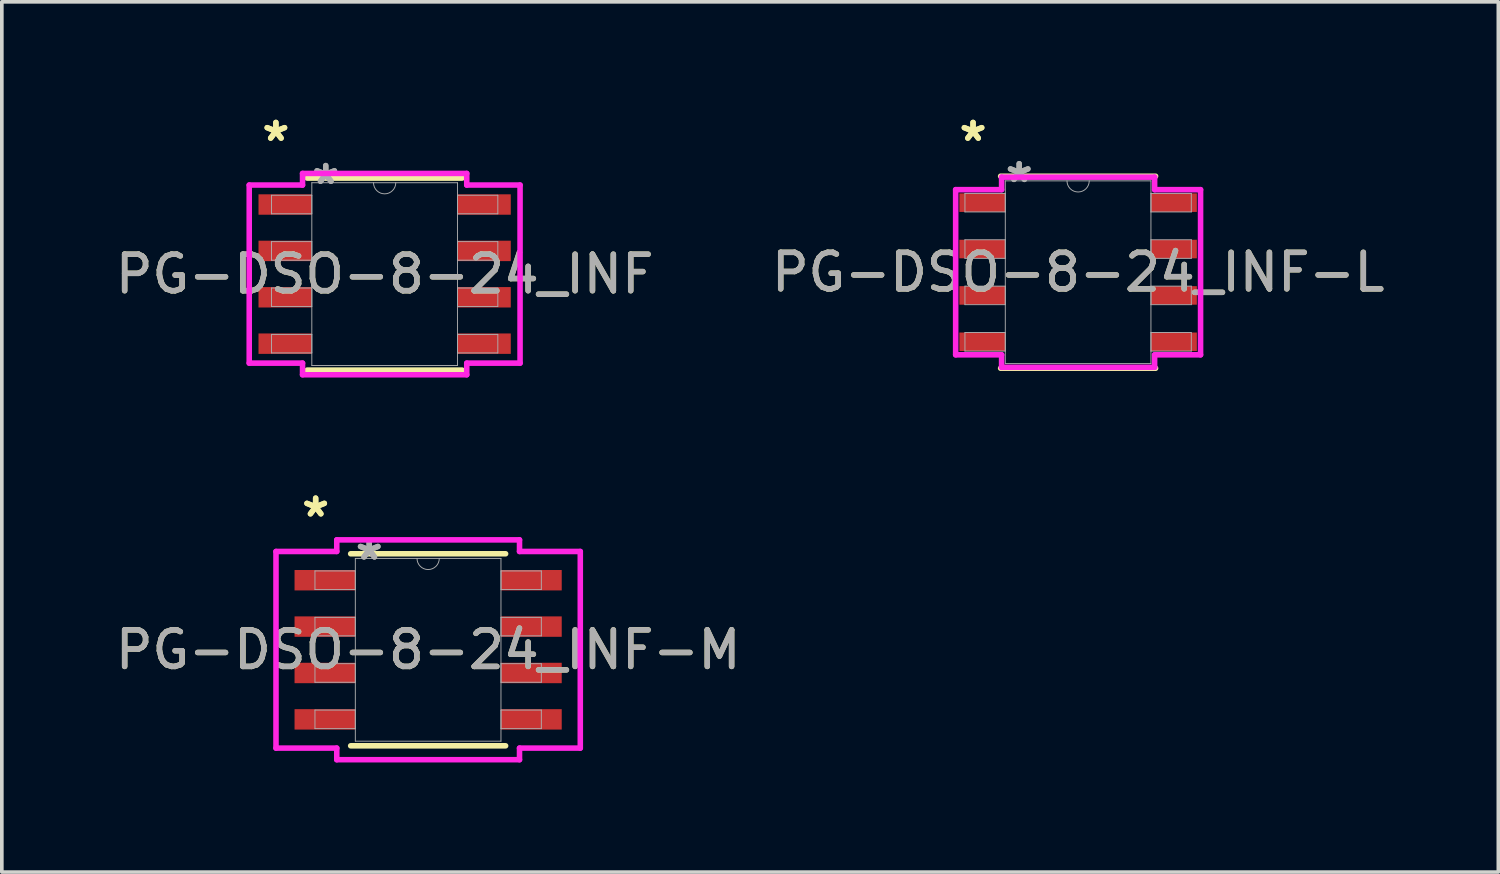
<source format=kicad_pcb>
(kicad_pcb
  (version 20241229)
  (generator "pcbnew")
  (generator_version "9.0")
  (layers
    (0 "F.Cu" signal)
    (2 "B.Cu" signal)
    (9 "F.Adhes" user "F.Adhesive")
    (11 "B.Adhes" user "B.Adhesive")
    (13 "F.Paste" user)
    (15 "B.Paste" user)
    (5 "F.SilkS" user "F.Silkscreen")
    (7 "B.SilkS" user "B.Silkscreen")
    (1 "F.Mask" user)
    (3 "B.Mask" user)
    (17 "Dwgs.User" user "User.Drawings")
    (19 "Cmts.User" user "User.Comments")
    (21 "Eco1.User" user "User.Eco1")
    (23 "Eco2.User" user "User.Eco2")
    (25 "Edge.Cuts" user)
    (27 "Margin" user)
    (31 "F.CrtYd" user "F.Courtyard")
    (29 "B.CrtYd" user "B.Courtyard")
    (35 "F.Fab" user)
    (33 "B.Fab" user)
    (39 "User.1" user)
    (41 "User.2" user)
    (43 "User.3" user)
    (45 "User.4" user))
  (footprint "PG-DSO-8-24_INF-L"
    (layer "F.Cu")
    (at 26.47 4.404)
    (property "Reference" "PG-DSO-8-24_INF-L" (at 0 0 0) (unlocked yes) (layer "F.SilkS") (effects (font (size 1 1) (thickness 0.15))))
    (attr smd)
    (fp_line (start -2.121 2.629) (end 2.121 2.629) (stroke (width 0.152) (type solid)) (layer "F.SilkS"))
    (fp_line (start 2.121 -2.629) (end -2.121 -2.629) (stroke (width 0.152) (type solid)) (layer "F.SilkS"))
    (fp_line (start -3.353 -2.261) (end -2.095 -2.261) (stroke (width 0.152) (type solid)) (layer "F.CrtYd"))
    (fp_line (start -3.353 2.261) (end -3.353 -2.261) (stroke (width 0.152) (type solid)) (layer "F.CrtYd"))
    (fp_line (start -3.353 2.261) (end -2.095 2.261) (stroke (width 0.152) (type solid)) (layer "F.CrtYd"))
    (fp_line (start -2.095 -2.603) (end 2.095 -2.603) (stroke (width 0.152) (type solid)) (layer "F.CrtYd"))
    (fp_line (start -2.095 -2.261) (end -2.095 -2.603) (stroke (width 0.152) (type solid)) (layer "F.CrtYd"))
    (fp_line (start -2.095 2.603) (end -2.095 2.261) (stroke (width 0.152) (type solid)) (layer "F.CrtYd"))
    (fp_line (start 2.095 -2.603) (end 2.095 -2.261) (stroke (width 0.152) (type solid)) (layer "F.CrtYd"))
    (fp_line (start 2.095 2.261) (end 2.095 2.603) (stroke (width 0.152) (type solid)) (layer "F.CrtYd"))
    (fp_line (start 2.095 2.603) (end -2.095 2.603) (stroke (width 0.152) (type solid)) (layer "F.CrtYd"))
    (fp_line (start 3.353 -2.261) (end 2.095 -2.261) (stroke (width 0.152) (type solid)) (layer "F.CrtYd"))
    (fp_line (start 3.353 -2.261) (end 3.353 2.261) (stroke (width 0.152) (type solid)) (layer "F.CrtYd"))
    (fp_line (start 3.353 2.261) (end 2.095 2.261) (stroke (width 0.152) (type solid)) (layer "F.CrtYd"))
    (fp_line (start -3.099 -2.159) (end -3.099 -1.651) (stroke (width 0.025) (type solid)) (layer "F.Fab"))
    (fp_line (start -3.099 -1.651) (end -1.994 -1.651) (stroke (width 0.025) (type solid)) (layer "F.Fab"))
    (fp_line (start -3.099 -0.889) (end -3.099 -0.381) (stroke (width 0.025) (type solid)) (layer "F.Fab"))
    (fp_line (start -3.099 -0.381) (end -1.994 -0.381) (stroke (width 0.025) (type solid)) (layer "F.Fab"))
    (fp_line (start -3.099 0.381) (end -3.099 0.889) (stroke (width 0.025) (type solid)) (layer "F.Fab"))
    (fp_line (start -3.099 0.889) (end -1.994 0.889) (stroke (width 0.025) (type solid)) (layer "F.Fab"))
    (fp_line (start -3.099 1.651) (end -3.099 2.159) (stroke (width 0.025) (type solid)) (layer "F.Fab"))
    (fp_line (start -3.099 2.159) (end -1.994 2.159) (stroke (width 0.025) (type solid)) (layer "F.Fab"))
    (fp_line (start -1.994 -2.502) (end -1.994 2.502) (stroke (width 0.025) (type solid)) (layer "F.Fab"))
    (fp_line (start -1.994 -2.159) (end -3.099 -2.159) (stroke (width 0.025) (type solid)) (layer "F.Fab"))
    (fp_line (start -1.994 -1.651) (end -1.994 -2.159) (stroke (width 0.025) (type solid)) (layer "F.Fab"))
    (fp_line (start -1.994 -0.889) (end -3.099 -0.889) (stroke (width 0.025) (type solid)) (layer "F.Fab"))
    (fp_line (start -1.994 -0.381) (end -1.994 -0.889) (stroke (width 0.025) (type solid)) (layer "F.Fab"))
    (fp_line (start -1.994 0.381) (end -3.099 0.381) (stroke (width 0.025) (type solid)) (layer "F.Fab"))
    (fp_line (start -1.994 0.889) (end -1.994 0.381) (stroke (width 0.025) (type solid)) (layer "F.Fab"))
    (fp_line (start -1.994 1.651) (end -3.099 1.651) (stroke (width 0.025) (type solid)) (layer "F.Fab"))
    (fp_line (start -1.994 2.159) (end -1.994 1.651) (stroke (width 0.025) (type solid)) (layer "F.Fab"))
    (fp_line (start -1.994 2.502) (end 1.994 2.502) (stroke (width 0.025) (type solid)) (layer "F.Fab"))
    (fp_line (start 1.994 -2.502) (end -1.994 -2.502) (stroke (width 0.025) (type solid)) (layer "F.Fab"))
    (fp_line (start 1.994 -2.159) (end 1.994 -1.651) (stroke (width 0.025) (type solid)) (layer "F.Fab"))
    (fp_line (start 1.994 -1.651) (end 3.099 -1.651) (stroke (width 0.025) (type solid)) (layer "F.Fab"))
    (fp_line (start 1.994 -0.889) (end 1.994 -0.381) (stroke (width 0.025) (type solid)) (layer "F.Fab"))
    (fp_line (start 1.994 -0.381) (end 3.099 -0.381) (stroke (width 0.025) (type solid)) (layer "F.Fab"))
    (fp_line (start 1.994 0.381) (end 1.994 0.889) (stroke (width 0.025) (type solid)) (layer "F.Fab"))
    (fp_line (start 1.994 0.889) (end 3.099 0.889) (stroke (width 0.025) (type solid)) (layer "F.Fab"))
    (fp_line (start 1.994 1.651) (end 1.994 2.159) (stroke (width 0.025) (type solid)) (layer "F.Fab"))
    (fp_line (start 1.994 2.159) (end 3.099 2.159) (stroke (width 0.025) (type solid)) (layer "F.Fab"))
    (fp_line (start 1.994 2.502) (end 1.994 -2.502) (stroke (width 0.025) (type solid)) (layer "F.Fab"))
    (fp_line (start 3.099 -2.159) (end 1.994 -2.159) (stroke (width 0.025) (type solid)) (layer "F.Fab"))
    (fp_line (start 3.099 -1.651) (end 3.099 -2.159) (stroke (width 0.025) (type solid)) (layer "F.Fab"))
    (fp_line (start 3.099 -0.889) (end 1.994 -0.889) (stroke (width 0.025) (type solid)) (layer "F.Fab"))
    (fp_line (start 3.099 -0.381) (end 3.099 -0.889) (stroke (width 0.025) (type solid)) (layer "F.Fab"))
    (fp_line (start 3.099 0.381) (end 1.994 0.381) (stroke (width 0.025) (type solid)) (layer "F.Fab"))
    (fp_line (start 3.099 0.889) (end 3.099 0.381) (stroke (width 0.025) (type solid)) (layer "F.Fab"))
    (fp_line (start 3.099 1.651) (end 1.994 1.651) (stroke (width 0.025) (type solid)) (layer "F.Fab"))
    (fp_line (start 3.099 2.159) (end 3.099 1.651) (stroke (width 0.025) (type solid)) (layer "F.Fab"))
    (fp_arc (start 0.3048 -2.5019) (mid 0 -2.1971) (end -0.3048 -2.5019) (stroke (width 0.0254) (type solid)) (layer "F.Fab"))
    (fp_text user "*" (at -2.877 -3.556 0) (unlocked yes) (layer "F.SilkS") (effects (font (size 1 1) (thickness 0.15))))
    (fp_text user "*" (at -2.877 -3.556 0) (layer "F.SilkS") (effects (font (size 1 1) (thickness 0.15))))
    (fp_text user "${REFERENCE}" (at 0 0 0) (unlocked yes) (layer "F.Fab") (effects (font (size 1 1) (thickness 0.15))))
    (fp_text user "*" (at -1.613 -2.426 0) (unlocked yes) (layer "F.Fab") (effects (font (size 1 1) (thickness 0.15))))
    (fp_text user "*" (at -1.613 -2.426 0) (layer "F.Fab") (effects (font (size 1 1) (thickness 0.15))))
    (pad "1" smd rect (at -2.623 -1.905) (size 1.257 0.508) (layers "F.Cu" "F.Mask" "F.Paste"))
    (pad "2" smd rect (at -2.623 -0.635) (size 1.257 0.508) (layers "F.Cu" "F.Mask" "F.Paste"))
    (pad "3" smd rect (at -2.623 0.635) (size 1.257 0.508) (layers "F.Cu" "F.Mask" "F.Paste"))
    (pad "4" smd rect (at -2.623 1.905) (size 1.257 0.508) (layers "F.Cu" "F.Mask" "F.Paste"))
    (pad "5" smd rect (at 2.623 1.905) (size 1.257 0.508) (layers "F.Cu" "F.Mask" "F.Paste"))
    (pad "6" smd rect (at 2.623 0.635) (size 1.257 0.508) (layers "F.Cu" "F.Mask" "F.Paste"))
    (pad "7" smd rect (at 2.623 -0.635) (size 1.257 0.508) (layers "F.Cu" "F.Mask" "F.Paste"))
    (pad "8" smd rect (at 2.623 -1.905) (size 1.257 0.508) (layers "F.Cu" "F.Mask" "F.Paste")))
  (footprint "PG-DSO-8-24_INF-M"
    (layer "F.Cu")
    (at 8.673 14.742)
    (property "Reference" "PG-DSO-8-24_INF-M" (at 0 0 0) (unlocked yes) (layer "F.SilkS") (effects (font (size 1 1) (thickness 0.15))))
    (attr smd)
    (fp_line (start -2.121 2.629) (end 2.121 2.629) (stroke (width 0.152) (type solid)) (layer "F.SilkS"))
    (fp_line (start 2.121 -2.629) (end -2.121 -2.629) (stroke (width 0.152) (type solid)) (layer "F.SilkS"))
    (fp_line (start -4.166 -2.692) (end -2.502 -2.692) (stroke (width 0.152) (type solid)) (layer "F.CrtYd"))
    (fp_line (start -4.166 2.692) (end -4.166 -2.692) (stroke (width 0.152) (type solid)) (layer "F.CrtYd"))
    (fp_line (start -4.166 2.692) (end -2.502 2.692) (stroke (width 0.152) (type solid)) (layer "F.CrtYd"))
    (fp_line (start -2.502 -3.01) (end 2.502 -3.01) (stroke (width 0.152) (type solid)) (layer "F.CrtYd"))
    (fp_line (start -2.502 -2.692) (end -2.502 -3.01) (stroke (width 0.152) (type solid)) (layer "F.CrtYd"))
    (fp_line (start -2.502 3.01) (end -2.502 2.692) (stroke (width 0.152) (type solid)) (layer "F.CrtYd"))
    (fp_line (start 2.502 -3.01) (end 2.502 -2.692) (stroke (width 0.152) (type solid)) (layer "F.CrtYd"))
    (fp_line (start 2.502 2.692) (end 2.502 3.01) (stroke (width 0.152) (type solid)) (layer "F.CrtYd"))
    (fp_line (start 2.502 3.01) (end -2.502 3.01) (stroke (width 0.152) (type solid)) (layer "F.CrtYd"))
    (fp_line (start 4.166 -2.692) (end 2.502 -2.692) (stroke (width 0.152) (type solid)) (layer "F.CrtYd"))
    (fp_line (start 4.166 -2.692) (end 4.166 2.692) (stroke (width 0.152) (type solid)) (layer "F.CrtYd"))
    (fp_line (start 4.166 2.692) (end 2.502 2.692) (stroke (width 0.152) (type solid)) (layer "F.CrtYd"))
    (fp_line (start -3.099 -2.159) (end -3.099 -1.651) (stroke (width 0.025) (type solid)) (layer "F.Fab"))
    (fp_line (start -3.099 -1.651) (end -1.994 -1.651) (stroke (width 0.025) (type solid)) (layer "F.Fab"))
    (fp_line (start -3.099 -0.889) (end -3.099 -0.381) (stroke (width 0.025) (type solid)) (layer "F.Fab"))
    (fp_line (start -3.099 -0.381) (end -1.994 -0.381) (stroke (width 0.025) (type solid)) (layer "F.Fab"))
    (fp_line (start -3.099 0.381) (end -3.099 0.889) (stroke (width 0.025) (type solid)) (layer "F.Fab"))
    (fp_line (start -3.099 0.889) (end -1.994 0.889) (stroke (width 0.025) (type solid)) (layer "F.Fab"))
    (fp_line (start -3.099 1.651) (end -3.099 2.159) (stroke (width 0.025) (type solid)) (layer "F.Fab"))
    (fp_line (start -3.099 2.159) (end -1.994 2.159) (stroke (width 0.025) (type solid)) (layer "F.Fab"))
    (fp_line (start -1.994 -2.502) (end -1.994 2.502) (stroke (width 0.025) (type solid)) (layer "F.Fab"))
    (fp_line (start -1.994 -2.159) (end -3.099 -2.159) (stroke (width 0.025) (type solid)) (layer "F.Fab"))
    (fp_line (start -1.994 -1.651) (end -1.994 -2.159) (stroke (width 0.025) (type solid)) (layer "F.Fab"))
    (fp_line (start -1.994 -0.889) (end -3.099 -0.889) (stroke (width 0.025) (type solid)) (layer "F.Fab"))
    (fp_line (start -1.994 -0.381) (end -1.994 -0.889) (stroke (width 0.025) (type solid)) (layer "F.Fab"))
    (fp_line (start -1.994 0.381) (end -3.099 0.381) (stroke (width 0.025) (type solid)) (layer "F.Fab"))
    (fp_line (start -1.994 0.889) (end -1.994 0.381) (stroke (width 0.025) (type solid)) (layer "F.Fab"))
    (fp_line (start -1.994 1.651) (end -3.099 1.651) (stroke (width 0.025) (type solid)) (layer "F.Fab"))
    (fp_line (start -1.994 2.159) (end -1.994 1.651) (stroke (width 0.025) (type solid)) (layer "F.Fab"))
    (fp_line (start -1.994 2.502) (end 1.994 2.502) (stroke (width 0.025) (type solid)) (layer "F.Fab"))
    (fp_line (start 1.994 -2.502) (end -1.994 -2.502) (stroke (width 0.025) (type solid)) (layer "F.Fab"))
    (fp_line (start 1.994 -2.159) (end 1.994 -1.651) (stroke (width 0.025) (type solid)) (layer "F.Fab"))
    (fp_line (start 1.994 -1.651) (end 3.099 -1.651) (stroke (width 0.025) (type solid)) (layer "F.Fab"))
    (fp_line (start 1.994 -0.889) (end 1.994 -0.381) (stroke (width 0.025) (type solid)) (layer "F.Fab"))
    (fp_line (start 1.994 -0.381) (end 3.099 -0.381) (stroke (width 0.025) (type solid)) (layer "F.Fab"))
    (fp_line (start 1.994 0.381) (end 1.994 0.889) (stroke (width 0.025) (type solid)) (layer "F.Fab"))
    (fp_line (start 1.994 0.889) (end 3.099 0.889) (stroke (width 0.025) (type solid)) (layer "F.Fab"))
    (fp_line (start 1.994 1.651) (end 1.994 2.159) (stroke (width 0.025) (type solid)) (layer "F.Fab"))
    (fp_line (start 1.994 2.159) (end 3.099 2.159) (stroke (width 0.025) (type solid)) (layer "F.Fab"))
    (fp_line (start 1.994 2.502) (end 1.994 -2.502) (stroke (width 0.025) (type solid)) (layer "F.Fab"))
    (fp_line (start 3.099 -2.159) (end 1.994 -2.159) (stroke (width 0.025) (type solid)) (layer "F.Fab"))
    (fp_line (start 3.099 -1.651) (end 3.099 -2.159) (stroke (width 0.025) (type solid)) (layer "F.Fab"))
    (fp_line (start 3.099 -0.889) (end 1.994 -0.889) (stroke (width 0.025) (type solid)) (layer "F.Fab"))
    (fp_line (start 3.099 -0.381) (end 3.099 -0.889) (stroke (width 0.025) (type solid)) (layer "F.Fab"))
    (fp_line (start 3.099 0.381) (end 1.994 0.381) (stroke (width 0.025) (type solid)) (layer "F.Fab"))
    (fp_line (start 3.099 0.889) (end 3.099 0.381) (stroke (width 0.025) (type solid)) (layer "F.Fab"))
    (fp_line (start 3.099 1.651) (end 1.994 1.651) (stroke (width 0.025) (type solid)) (layer "F.Fab"))
    (fp_line (start 3.099 2.159) (end 3.099 1.651) (stroke (width 0.025) (type solid)) (layer "F.Fab"))
    (fp_arc (start 0.3048 -2.5019) (mid 0 -2.1971) (end -0.3048 -2.5019) (stroke (width 0.0254) (type solid)) (layer "F.Fab"))
    (fp_text user "*" (at -3.08 -3.607 0) (unlocked yes) (layer "F.SilkS") (effects (font (size 1 1) (thickness 0.15))))
    (fp_text user "*" (at -3.08 -3.607 0) (layer "F.SilkS") (effects (font (size 1 1) (thickness 0.15))))
    (fp_text user "${REFERENCE}" (at 0 0 0) (unlocked yes) (layer "F.Fab") (effects (font (size 1 1) (thickness 0.15))))
    (fp_text user "*" (at -1.613 -2.426 0) (layer "F.Fab") (effects (font (size 1 1) (thickness 0.15))))
    (fp_text user "*" (at -1.613 -2.426 0) (unlocked yes) (layer "F.Fab") (effects (font (size 1 1) (thickness 0.15))))
    (pad "1" smd rect (at -2.826 -1.905) (size 1.664 0.559) (layers "F.Cu" "F.Mask" "F.Paste"))
    (pad "2" smd rect (at -2.826 -0.635) (size 1.664 0.559) (layers "F.Cu" "F.Mask" "F.Paste"))
    (pad "3" smd rect (at -2.826 0.635) (size 1.664 0.559) (layers "F.Cu" "F.Mask" "F.Paste"))
    (pad "4" smd rect (at -2.826 1.905) (size 1.664 0.559) (layers "F.Cu" "F.Mask" "F.Paste"))
    (pad "5" smd rect (at 2.826 1.905) (size 1.664 0.559) (layers "F.Cu" "F.Mask" "F.Paste"))
    (pad "6" smd rect (at 2.826 0.635) (size 1.664 0.559) (layers "F.Cu" "F.Mask" "F.Paste"))
    (pad "7" smd rect (at 2.826 -0.635) (size 1.664 0.559) (layers "F.Cu" "F.Mask" "F.Paste"))
    (pad "8" smd rect (at 2.826 -1.905) (size 1.664 0.559) (layers "F.Cu" "F.Mask" "F.Paste")))
  (footprint "PG-DSO-8-24_INF"
    (layer "F.Cu")
    (at 7.482 4.455)
    (property "Reference" "PG-DSO-8-24_INF" (at 0 0 0) (unlocked yes) (layer "F.SilkS") (effects (font (size 1 1) (thickness 0.15))))
    (attr smd)
    (fp_line (start -2.121 2.629) (end 2.121 2.629) (stroke (width 0.152) (type solid)) (layer "F.SilkS"))
    (fp_line (start 2.121 -2.629) (end -2.121 -2.629) (stroke (width 0.152) (type solid)) (layer "F.SilkS"))
    (fp_line (start -3.708 -2.438) (end -2.248 -2.438) (stroke (width 0.152) (type solid)) (layer "F.CrtYd"))
    (fp_line (start -3.708 2.438) (end -3.708 -2.438) (stroke (width 0.152) (type solid)) (layer "F.CrtYd"))
    (fp_line (start -3.708 2.438) (end -2.248 2.438) (stroke (width 0.152) (type solid)) (layer "F.CrtYd"))
    (fp_line (start -2.248 -2.756) (end 2.248 -2.756) (stroke (width 0.152) (type solid)) (layer "F.CrtYd"))
    (fp_line (start -2.248 -2.438) (end -2.248 -2.756) (stroke (width 0.152) (type solid)) (layer "F.CrtYd"))
    (fp_line (start -2.248 2.756) (end -2.248 2.438) (stroke (width 0.152) (type solid)) (layer "F.CrtYd"))
    (fp_line (start 2.248 -2.756) (end 2.248 -2.438) (stroke (width 0.152) (type solid)) (layer "F.CrtYd"))
    (fp_line (start 2.248 2.438) (end 2.248 2.756) (stroke (width 0.152) (type solid)) (layer "F.CrtYd"))
    (fp_line (start 2.248 2.756) (end -2.248 2.756) (stroke (width 0.152) (type solid)) (layer "F.CrtYd"))
    (fp_line (start 3.708 -2.438) (end 2.248 -2.438) (stroke (width 0.152) (type solid)) (layer "F.CrtYd"))
    (fp_line (start 3.708 -2.438) (end 3.708 2.438) (stroke (width 0.152) (type solid)) (layer "F.CrtYd"))
    (fp_line (start 3.708 2.438) (end 2.248 2.438) (stroke (width 0.152) (type solid)) (layer "F.CrtYd"))
    (fp_line (start -3.099 -2.159) (end -3.099 -1.651) (stroke (width 0.025) (type solid)) (layer "F.Fab"))
    (fp_line (start -3.099 -1.651) (end -1.994 -1.651) (stroke (width 0.025) (type solid)) (layer "F.Fab"))
    (fp_line (start -3.099 -0.889) (end -3.099 -0.381) (stroke (width 0.025) (type solid)) (layer "F.Fab"))
    (fp_line (start -3.099 -0.381) (end -1.994 -0.381) (stroke (width 0.025) (type solid)) (layer "F.Fab"))
    (fp_line (start -3.099 0.381) (end -3.099 0.889) (stroke (width 0.025) (type solid)) (layer "F.Fab"))
    (fp_line (start -3.099 0.889) (end -1.994 0.889) (stroke (width 0.025) (type solid)) (layer "F.Fab"))
    (fp_line (start -3.099 1.651) (end -3.099 2.159) (stroke (width 0.025) (type solid)) (layer "F.Fab"))
    (fp_line (start -3.099 2.159) (end -1.994 2.159) (stroke (width 0.025) (type solid)) (layer "F.Fab"))
    (fp_line (start -1.994 -2.502) (end -1.994 2.502) (stroke (width 0.025) (type solid)) (layer "F.Fab"))
    (fp_line (start -1.994 -2.159) (end -3.099 -2.159) (stroke (width 0.025) (type solid)) (layer "F.Fab"))
    (fp_line (start -1.994 -1.651) (end -1.994 -2.159) (stroke (width 0.025) (type solid)) (layer "F.Fab"))
    (fp_line (start -1.994 -0.889) (end -3.099 -0.889) (stroke (width 0.025) (type solid)) (layer "F.Fab"))
    (fp_line (start -1.994 -0.381) (end -1.994 -0.889) (stroke (width 0.025) (type solid)) (layer "F.Fab"))
    (fp_line (start -1.994 0.381) (end -3.099 0.381) (stroke (width 0.025) (type solid)) (layer "F.Fab"))
    (fp_line (start -1.994 0.889) (end -1.994 0.381) (stroke (width 0.025) (type solid)) (layer "F.Fab"))
    (fp_line (start -1.994 1.651) (end -3.099 1.651) (stroke (width 0.025) (type solid)) (layer "F.Fab"))
    (fp_line (start -1.994 2.159) (end -1.994 1.651) (stroke (width 0.025) (type solid)) (layer "F.Fab"))
    (fp_line (start -1.994 2.502) (end 1.994 2.502) (stroke (width 0.025) (type solid)) (layer "F.Fab"))
    (fp_line (start 1.994 -2.502) (end -1.994 -2.502) (stroke (width 0.025) (type solid)) (layer "F.Fab"))
    (fp_line (start 1.994 -2.159) (end 1.994 -1.651) (stroke (width 0.025) (type solid)) (layer "F.Fab"))
    (fp_line (start 1.994 -1.651) (end 3.099 -1.651) (stroke (width 0.025) (type solid)) (layer "F.Fab"))
    (fp_line (start 1.994 -0.889) (end 1.994 -0.381) (stroke (width 0.025) (type solid)) (layer "F.Fab"))
    (fp_line (start 1.994 -0.381) (end 3.099 -0.381) (stroke (width 0.025) (type solid)) (layer "F.Fab"))
    (fp_line (start 1.994 0.381) (end 1.994 0.889) (stroke (width 0.025) (type solid)) (layer "F.Fab"))
    (fp_line (start 1.994 0.889) (end 3.099 0.889) (stroke (width 0.025) (type solid)) (layer "F.Fab"))
    (fp_line (start 1.994 1.651) (end 1.994 2.159) (stroke (width 0.025) (type solid)) (layer "F.Fab"))
    (fp_line (start 1.994 2.159) (end 3.099 2.159) (stroke (width 0.025) (type solid)) (layer "F.Fab"))
    (fp_line (start 1.994 2.502) (end 1.994 -2.502) (stroke (width 0.025) (type solid)) (layer "F.Fab"))
    (fp_line (start 3.099 -2.159) (end 1.994 -2.159) (stroke (width 0.025) (type solid)) (layer "F.Fab"))
    (fp_line (start 3.099 -1.651) (end 3.099 -2.159) (stroke (width 0.025) (type solid)) (layer "F.Fab"))
    (fp_line (start 3.099 -0.889) (end 1.994 -0.889) (stroke (width 0.025) (type solid)) (layer "F.Fab"))
    (fp_line (start 3.099 -0.381) (end 3.099 -0.889) (stroke (width 0.025) (type solid)) (layer "F.Fab"))
    (fp_line (start 3.099 0.381) (end 1.994 0.381) (stroke (width 0.025) (type solid)) (layer "F.Fab"))
    (fp_line (start 3.099 0.889) (end 3.099 0.381) (stroke (width 0.025) (type solid)) (layer "F.Fab"))
    (fp_line (start 3.099 1.651) (end 1.994 1.651) (stroke (width 0.025) (type solid)) (layer "F.Fab"))
    (fp_line (start 3.099 2.159) (end 3.099 1.651) (stroke (width 0.025) (type solid)) (layer "F.Fab"))
    (fp_arc (start 0.3048 -2.5019) (mid 0 -2.1971) (end -0.3048 -2.5019) (stroke (width 0.0254) (type solid)) (layer "F.Fab"))
    (fp_text user "*" (at -2.978 -3.607 0) (layer "F.SilkS") (effects (font (size 1 1) (thickness 0.15))))
    (fp_text user "*" (at -2.978 -3.607 0) (unlocked yes) (layer "F.SilkS") (effects (font (size 1 1) (thickness 0.15))))
    (fp_text user "${REFERENCE}" (at 0 0 0) (unlocked yes) (layer "F.Fab") (effects (font (size 1 1) (thickness 0.15))))
    (fp_text user "*" (at -1.613 -2.426 0) (unlocked yes) (layer "F.Fab") (effects (font (size 1 1) (thickness 0.15))))
    (fp_text user "*" (at -1.613 -2.426 0) (layer "F.Fab") (effects (font (size 1 1) (thickness 0.15))))
    (pad "1" smd rect (at -2.724 -1.905) (size 1.46 0.559) (layers "F.Cu" "F.Mask" "F.Paste"))
    (pad "2" smd rect (at -2.724 -0.635) (size 1.46 0.559) (layers "F.Cu" "F.Mask" "F.Paste"))
    (pad "3" smd rect (at -2.724 0.635) (size 1.46 0.559) (layers "F.Cu" "F.Mask" "F.Paste"))
    (pad "4" smd rect (at -2.724 1.905) (size 1.46 0.559) (layers "F.Cu" "F.Mask" "F.Paste"))
    (pad "5" smd rect (at 2.724 1.905) (size 1.46 0.559) (layers "F.Cu" "F.Mask" "F.Paste"))
    (pad "6" smd rect (at 2.724 0.635) (size 1.46 0.559) (layers "F.Cu" "F.Mask" "F.Paste"))
    (pad "7" smd rect (at 2.724 -0.635) (size 1.46 0.559) (layers "F.Cu" "F.Mask" "F.Paste"))
    (pad "8" smd rect (at 2.724 -1.905) (size 1.46 0.559) (layers "F.Cu" "F.Mask" "F.Paste")))
  (gr_rect
    (start -3 -3)
    (end 37.976 20.828)
    (stroke (width 0.1) (type default))
    (fill no)
    (layer "Edge.Cuts")))
</source>
